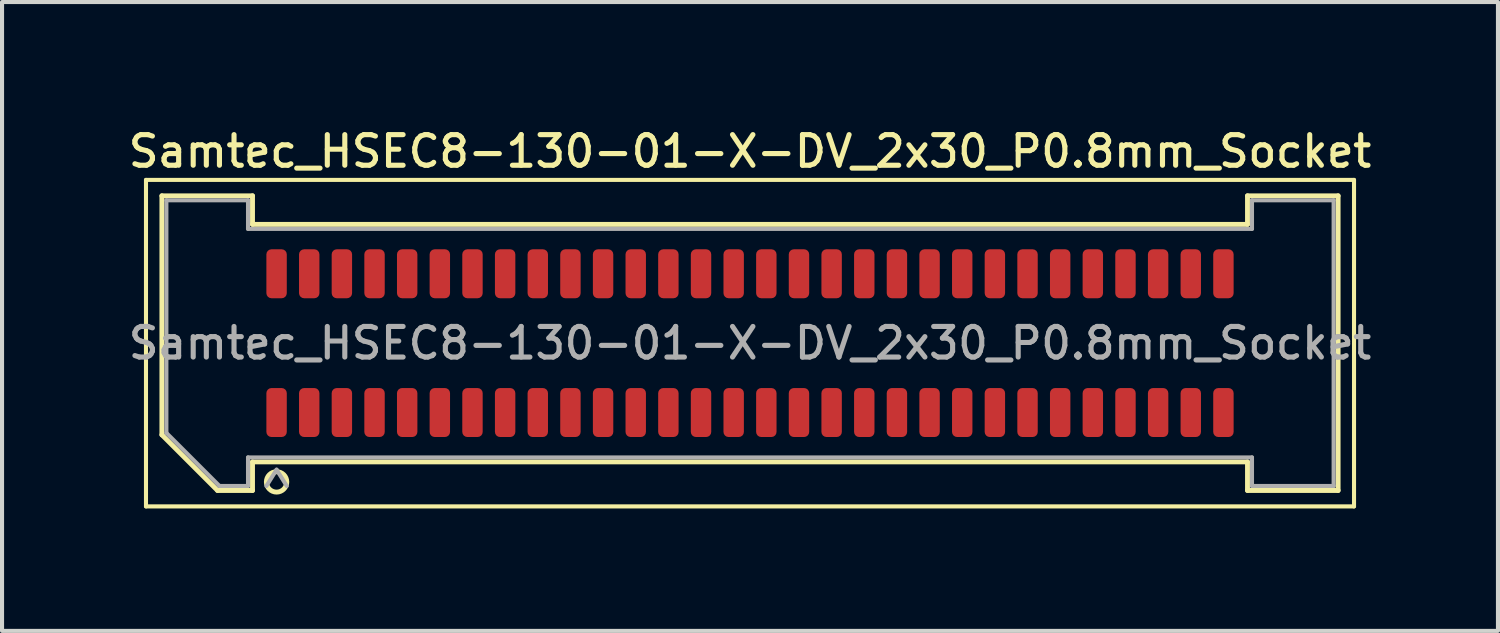
<source format=kicad_pcb>
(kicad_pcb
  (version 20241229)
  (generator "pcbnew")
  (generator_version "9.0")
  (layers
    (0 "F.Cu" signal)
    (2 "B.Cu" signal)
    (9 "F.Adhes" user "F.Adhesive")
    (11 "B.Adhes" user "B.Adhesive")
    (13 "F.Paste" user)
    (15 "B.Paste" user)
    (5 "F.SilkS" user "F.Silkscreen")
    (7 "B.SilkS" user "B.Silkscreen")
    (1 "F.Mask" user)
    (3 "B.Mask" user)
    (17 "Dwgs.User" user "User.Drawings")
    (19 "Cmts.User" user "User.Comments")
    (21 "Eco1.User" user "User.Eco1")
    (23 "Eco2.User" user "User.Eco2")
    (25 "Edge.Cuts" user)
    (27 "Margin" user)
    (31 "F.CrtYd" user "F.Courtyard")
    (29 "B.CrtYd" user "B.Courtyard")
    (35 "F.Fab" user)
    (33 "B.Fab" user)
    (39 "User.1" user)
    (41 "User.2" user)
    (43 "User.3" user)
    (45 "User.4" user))
  (footprint "Samtec_HSEC8-130-01-X-DV_2x30_P0.8mm_Socket"
    (layer "F.Cu")
    (at 15.327 5.358)
    (property "Reference" "Samtec_HSEC8-130-01-X-DV_2x30_P0.8mm_Socket" (at 0 -4.7 0) (layer "F.SilkS") (effects (font (size 0.75 0.75) (thickness 0.125))))
    (attr smd)
    (fp_line (start -14.8 -4) (end -14.8 4) (stroke (width 0.1) (type solid)) (layer "F.SilkS"))
    (fp_line (start -14.8 4) (end 14.8 4) (stroke (width 0.1) (type solid)) (layer "F.SilkS"))
    (fp_line (start -14.41 -3.61) (end -12.19 -3.61) (stroke (width 0.12) (type solid)) (layer "F.SilkS"))
    (fp_line (start -14.41 2.246) (end -14.41 -3.61) (stroke (width 0.12) (type solid)) (layer "F.SilkS"))
    (fp_line (start -13.046 3.61) (end -14.41 2.246) (stroke (width 0.12) (type solid)) (layer "F.SilkS"))
    (fp_line (start -12.19 -3.61) (end -12.19 -2.91) (stroke (width 0.12) (type solid)) (layer "F.SilkS"))
    (fp_line (start -12.19 -2.91) (end 12.19 -2.91) (stroke (width 0.12) (type solid)) (layer "F.SilkS"))
    (fp_line (start -12.19 2.91) (end -12.19 3.61) (stroke (width 0.12) (type solid)) (layer "F.SilkS"))
    (fp_line (start -12.19 3.61) (end -13.046 3.61) (stroke (width 0.12) (type solid)) (layer "F.SilkS"))
    (fp_line (start 12.19 -3.61) (end 14.41 -3.61) (stroke (width 0.12) (type solid)) (layer "F.SilkS"))
    (fp_line (start 12.19 -2.91) (end 12.19 -3.61) (stroke (width 0.12) (type solid)) (layer "F.SilkS"))
    (fp_line (start 12.19 2.91) (end -12.19 2.91) (stroke (width 0.12) (type solid)) (layer "F.SilkS"))
    (fp_line (start 12.19 3.61) (end 12.19 2.91) (stroke (width 0.12) (type solid)) (layer "F.SilkS"))
    (fp_line (start 14.41 -3.61) (end 14.41 3.61) (stroke (width 0.12) (type solid)) (layer "F.SilkS"))
    (fp_line (start 14.41 3.61) (end 12.19 3.61) (stroke (width 0.12) (type solid)) (layer "F.SilkS"))
    (fp_line (start 14.8 -4) (end -14.8 -4) (stroke (width 0.1) (type solid)) (layer "F.SilkS"))
    (fp_line (start 14.8 4) (end 14.8 -4) (stroke (width 0.1) (type solid)) (layer "F.SilkS"))
    (fp_arc (start -11.35 3.4) (mid -11.85 3.4) (end -11.35 3.4) (stroke (width 0.12) (type solid)) (layer "F.SilkS"))
    (fp_line (start -14.3 -3.5) (end -12.3 -3.5) (stroke (width 0.1) (type solid)) (layer "F.Fab"))
    (fp_line (start -14.3 2.2) (end -14.3 -3.5) (stroke (width 0.1) (type solid)) (layer "F.Fab"))
    (fp_line (start -13 3.5) (end -14.3 2.2) (stroke (width 0.1) (type solid)) (layer "F.Fab"))
    (fp_line (start -12.3 -3.5) (end -12.3 -2.8) (stroke (width 0.1) (type solid)) (layer "F.Fab"))
    (fp_line (start -12.3 -2.8) (end 12.3 -2.8) (stroke (width 0.1) (type solid)) (layer "F.Fab"))
    (fp_line (start -12.3 2.8) (end -12.3 3.5) (stroke (width 0.1) (type solid)) (layer "F.Fab"))
    (fp_line (start -12.3 3.5) (end -13 3.5) (stroke (width 0.1) (type solid)) (layer "F.Fab"))
    (fp_line (start -11.6 3.1) (end -11.85 3.5) (stroke (width 0.1) (type solid)) (layer "F.Fab"))
    (fp_line (start -11.6 3.1) (end -11.35 3.5) (stroke (width 0.1) (type solid)) (layer "F.Fab"))
    (fp_line (start 12.3 -3.5) (end 14.3 -3.5) (stroke (width 0.1) (type solid)) (layer "F.Fab"))
    (fp_line (start 12.3 -2.8) (end 12.3 -3.5) (stroke (width 0.1) (type solid)) (layer "F.Fab"))
    (fp_line (start 12.3 2.8) (end -12.3 2.8) (stroke (width 0.1) (type solid)) (layer "F.Fab"))
    (fp_line (start 12.3 3.5) (end 12.3 2.8) (stroke (width 0.1) (type solid)) (layer "F.Fab"))
    (fp_line (start 14.3 -3.5) (end 14.3 3.5) (stroke (width 0.1) (type solid)) (layer "F.Fab"))
    (fp_line (start 14.3 3.5) (end 12.3 3.5) (stroke (width 0.1) (type solid)) (layer "F.Fab"))
    (fp_text user "${REFERENCE}" (at 0 0 0) (layer "F.Fab") (effects (font (size 0.75 0.75) (thickness 0.125))))
    (pad "1" smd roundrect (at -11.6 1.7) (size 0.5 1.2) (layers "F.Cu" "F.Mask" "F.Paste") (roundrect_rratio 0.25))
    (pad "2" smd roundrect (at -11.6 -1.7) (size 0.5 1.2) (layers "F.Cu" "F.Mask" "F.Paste") (roundrect_rratio 0.25))
    (pad "3" smd roundrect (at -10.8 1.7) (size 0.5 1.2) (layers "F.Cu" "F.Mask" "F.Paste") (roundrect_rratio 0.25))
    (pad "4" smd roundrect (at -10.8 -1.7) (size 0.5 1.2) (layers "F.Cu" "F.Mask" "F.Paste") (roundrect_rratio 0.25))
    (pad "5" smd roundrect (at -10 1.7) (size 0.5 1.2) (layers "F.Cu" "F.Mask" "F.Paste") (roundrect_rratio 0.25))
    (pad "6" smd roundrect (at -10 -1.7) (size 0.5 1.2) (layers "F.Cu" "F.Mask" "F.Paste") (roundrect_rratio 0.25))
    (pad "7" smd roundrect (at -9.2 1.7) (size 0.5 1.2) (layers "F.Cu" "F.Mask" "F.Paste") (roundrect_rratio 0.25))
    (pad "8" smd roundrect (at -9.2 -1.7) (size 0.5 1.2) (layers "F.Cu" "F.Mask" "F.Paste") (roundrect_rratio 0.25))
    (pad "9" smd roundrect (at -8.4 1.7) (size 0.5 1.2) (layers "F.Cu" "F.Mask" "F.Paste") (roundrect_rratio 0.25))
    (pad "10" smd roundrect (at -8.4 -1.7) (size 0.5 1.2) (layers "F.Cu" "F.Mask" "F.Paste") (roundrect_rratio 0.25))
    (pad "11" smd roundrect (at -7.6 1.7) (size 0.5 1.2) (layers "F.Cu" "F.Mask" "F.Paste") (roundrect_rratio 0.25))
    (pad "12" smd roundrect (at -7.6 -1.7) (size 0.5 1.2) (layers "F.Cu" "F.Mask" "F.Paste") (roundrect_rratio 0.25))
    (pad "13" smd roundrect (at -6.8 1.7) (size 0.5 1.2) (layers "F.Cu" "F.Mask" "F.Paste") (roundrect_rratio 0.25))
    (pad "14" smd roundrect (at -6.8 -1.7) (size 0.5 1.2) (layers "F.Cu" "F.Mask" "F.Paste") (roundrect_rratio 0.25))
    (pad "15" smd roundrect (at -6 1.7) (size 0.5 1.2) (layers "F.Cu" "F.Mask" "F.Paste") (roundrect_rratio 0.25))
    (pad "16" smd roundrect (at -6 -1.7) (size 0.5 1.2) (layers "F.Cu" "F.Mask" "F.Paste") (roundrect_rratio 0.25))
    (pad "17" smd roundrect (at -5.2 1.7) (size 0.5 1.2) (layers "F.Cu" "F.Mask" "F.Paste") (roundrect_rratio 0.25))
    (pad "18" smd roundrect (at -5.2 -1.7) (size 0.5 1.2) (layers "F.Cu" "F.Mask" "F.Paste") (roundrect_rratio 0.25))
    (pad "19" smd roundrect (at -4.4 1.7) (size 0.5 1.2) (layers "F.Cu" "F.Mask" "F.Paste") (roundrect_rratio 0.25))
    (pad "20" smd roundrect (at -4.4 -1.7) (size 0.5 1.2) (layers "F.Cu" "F.Mask" "F.Paste") (roundrect_rratio 0.25))
    (pad "21" smd roundrect (at -3.6 1.7) (size 0.5 1.2) (layers "F.Cu" "F.Mask" "F.Paste") (roundrect_rratio 0.25))
    (pad "22" smd roundrect (at -3.6 -1.7) (size 0.5 1.2) (layers "F.Cu" "F.Mask" "F.Paste") (roundrect_rratio 0.25))
    (pad "23" smd roundrect (at -2.8 1.7) (size 0.5 1.2) (layers "F.Cu" "F.Mask" "F.Paste") (roundrect_rratio 0.25))
    (pad "24" smd roundrect (at -2.8 -1.7) (size 0.5 1.2) (layers "F.Cu" "F.Mask" "F.Paste") (roundrect_rratio 0.25))
    (pad "25" smd roundrect (at -2 1.7) (size 0.5 1.2) (layers "F.Cu" "F.Mask" "F.Paste") (roundrect_rratio 0.25))
    (pad "26" smd roundrect (at -2 -1.7) (size 0.5 1.2) (layers "F.Cu" "F.Mask" "F.Paste") (roundrect_rratio 0.25))
    (pad "27" smd roundrect (at -1.2 1.7) (size 0.5 1.2) (layers "F.Cu" "F.Mask" "F.Paste") (roundrect_rratio 0.25))
    (pad "28" smd roundrect (at -1.2 -1.7) (size 0.5 1.2) (layers "F.Cu" "F.Mask" "F.Paste") (roundrect_rratio 0.25))
    (pad "29" smd roundrect (at -0.4 1.7) (size 0.5 1.2) (layers "F.Cu" "F.Mask" "F.Paste") (roundrect_rratio 0.25))
    (pad "30" smd roundrect (at -0.4 -1.7) (size 0.5 1.2) (layers "F.Cu" "F.Mask" "F.Paste") (roundrect_rratio 0.25))
    (pad "31" smd roundrect (at 0.4 1.7) (size 0.5 1.2) (layers "F.Cu" "F.Mask" "F.Paste") (roundrect_rratio 0.25))
    (pad "32" smd roundrect (at 0.4 -1.7) (size 0.5 1.2) (layers "F.Cu" "F.Mask" "F.Paste") (roundrect_rratio 0.25))
    (pad "33" smd roundrect (at 1.2 1.7) (size 0.5 1.2) (layers "F.Cu" "F.Mask" "F.Paste") (roundrect_rratio 0.25))
    (pad "34" smd roundrect (at 1.2 -1.7) (size 0.5 1.2) (layers "F.Cu" "F.Mask" "F.Paste") (roundrect_rratio 0.25))
    (pad "35" smd roundrect (at 2 1.7) (size 0.5 1.2) (layers "F.Cu" "F.Mask" "F.Paste") (roundrect_rratio 0.25))
    (pad "36" smd roundrect (at 2 -1.7) (size 0.5 1.2) (layers "F.Cu" "F.Mask" "F.Paste") (roundrect_rratio 0.25))
    (pad "37" smd roundrect (at 2.8 1.7) (size 0.5 1.2) (layers "F.Cu" "F.Mask" "F.Paste") (roundrect_rratio 0.25))
    (pad "38" smd roundrect (at 2.8 -1.7) (size 0.5 1.2) (layers "F.Cu" "F.Mask" "F.Paste") (roundrect_rratio 0.25))
    (pad "39" smd roundrect (at 3.6 1.7) (size 0.5 1.2) (layers "F.Cu" "F.Mask" "F.Paste") (roundrect_rratio 0.25))
    (pad "40" smd roundrect (at 3.6 -1.7) (size 0.5 1.2) (layers "F.Cu" "F.Mask" "F.Paste") (roundrect_rratio 0.25))
    (pad "41" smd roundrect (at 4.4 1.7) (size 0.5 1.2) (layers "F.Cu" "F.Mask" "F.Paste") (roundrect_rratio 0.25))
    (pad "42" smd roundrect (at 4.4 -1.7) (size 0.5 1.2) (layers "F.Cu" "F.Mask" "F.Paste") (roundrect_rratio 0.25))
    (pad "43" smd roundrect (at 5.2 1.7) (size 0.5 1.2) (layers "F.Cu" "F.Mask" "F.Paste") (roundrect_rratio 0.25))
    (pad "44" smd roundrect (at 5.2 -1.7) (size 0.5 1.2) (layers "F.Cu" "F.Mask" "F.Paste") (roundrect_rratio 0.25))
    (pad "45" smd roundrect (at 6 1.7) (size 0.5 1.2) (layers "F.Cu" "F.Mask" "F.Paste") (roundrect_rratio 0.25))
    (pad "46" smd roundrect (at 6 -1.7) (size 0.5 1.2) (layers "F.Cu" "F.Mask" "F.Paste") (roundrect_rratio 0.25))
    (pad "47" smd roundrect (at 6.8 1.7) (size 0.5 1.2) (layers "F.Cu" "F.Mask" "F.Paste") (roundrect_rratio 0.25))
    (pad "48" smd roundrect (at 6.8 -1.7) (size 0.5 1.2) (layers "F.Cu" "F.Mask" "F.Paste") (roundrect_rratio 0.25))
    (pad "49" smd roundrect (at 7.6 1.7) (size 0.5 1.2) (layers "F.Cu" "F.Mask" "F.Paste") (roundrect_rratio 0.25))
    (pad "50" smd roundrect (at 7.6 -1.7) (size 0.5 1.2) (layers "F.Cu" "F.Mask" "F.Paste") (roundrect_rratio 0.25))
    (pad "51" smd roundrect (at 8.4 1.7) (size 0.5 1.2) (layers "F.Cu" "F.Mask" "F.Paste") (roundrect_rratio 0.25))
    (pad "52" smd roundrect (at 8.4 -1.7) (size 0.5 1.2) (layers "F.Cu" "F.Mask" "F.Paste") (roundrect_rratio 0.25))
    (pad "53" smd roundrect (at 9.2 1.7) (size 0.5 1.2) (layers "F.Cu" "F.Mask" "F.Paste") (roundrect_rratio 0.25))
    (pad "54" smd roundrect (at 9.2 -1.7) (size 0.5 1.2) (layers "F.Cu" "F.Mask" "F.Paste") (roundrect_rratio 0.25))
    (pad "55" smd roundrect (at 10 1.7) (size 0.5 1.2) (layers "F.Cu" "F.Mask" "F.Paste") (roundrect_rratio 0.25))
    (pad "56" smd roundrect (at 10 -1.7) (size 0.5 1.2) (layers "F.Cu" "F.Mask" "F.Paste") (roundrect_rratio 0.25))
    (pad "57" smd roundrect (at 10.8 1.7) (size 0.5 1.2) (layers "F.Cu" "F.Mask" "F.Paste") (roundrect_rratio 0.25))
    (pad "58" smd roundrect (at 10.8 -1.7) (size 0.5 1.2) (layers "F.Cu" "F.Mask" "F.Paste") (roundrect_rratio 0.25))
    (pad "59" smd roundrect (at 11.6 1.7) (size 0.5 1.2) (layers "F.Cu" "F.Mask" "F.Paste") (roundrect_rratio 0.25))
    (pad "60" smd roundrect (at 11.6 -1.7) (size 0.5 1.2) (layers "F.Cu" "F.Mask" "F.Paste") (roundrect_rratio 0.25)))
  (gr_rect
    (start -3 -3)
    (end 33.654 12.408)
    (stroke (width 0.1) (type default))
    (fill no)
    (layer "Edge.Cuts")))
</source>
